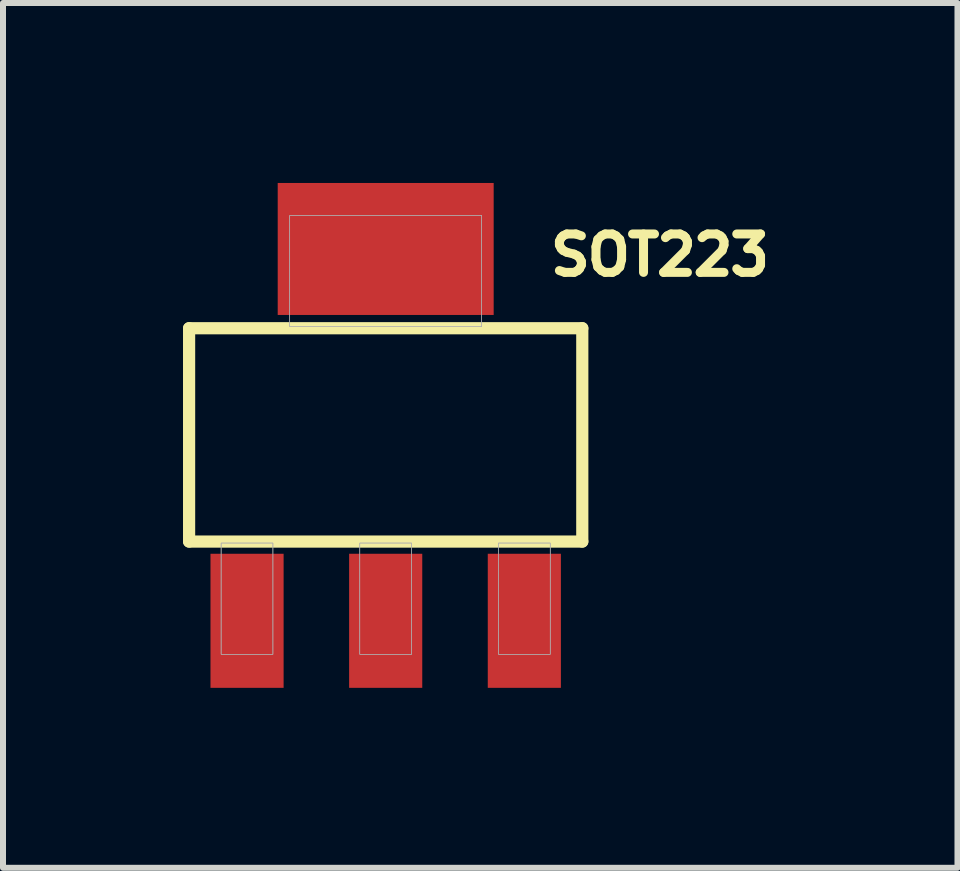
<source format=kicad_pcb>
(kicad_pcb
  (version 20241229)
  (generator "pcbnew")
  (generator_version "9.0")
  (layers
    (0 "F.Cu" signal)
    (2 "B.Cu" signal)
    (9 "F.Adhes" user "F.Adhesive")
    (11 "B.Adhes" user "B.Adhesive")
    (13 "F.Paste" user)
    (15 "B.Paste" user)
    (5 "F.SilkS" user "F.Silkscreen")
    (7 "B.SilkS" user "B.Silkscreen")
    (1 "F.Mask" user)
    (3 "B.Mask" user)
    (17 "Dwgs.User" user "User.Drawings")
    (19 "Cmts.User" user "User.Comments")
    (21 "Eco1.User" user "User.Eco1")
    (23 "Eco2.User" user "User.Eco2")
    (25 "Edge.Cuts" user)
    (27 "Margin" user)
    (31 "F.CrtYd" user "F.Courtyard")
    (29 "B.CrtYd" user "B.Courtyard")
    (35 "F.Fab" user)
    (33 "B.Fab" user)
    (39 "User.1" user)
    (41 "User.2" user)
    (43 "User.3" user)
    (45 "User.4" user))
  (footprint "SOT223"
    (layer "F.Cu")
    (at 3.379 4.199)
    (property "Reference" "SOT223" (at 4.572 -2.997 0) (layer "F.SilkS") (effects (font (size 0.64 0.64) (thickness 0.15))))
    (attr smd)
    (fp_line (start -3.277 -1.778) (end 3.277 -1.778) (stroke (width 0.203) (type solid)) (layer "F.SilkS"))
    (fp_line (start -3.277 1.778) (end -3.277 -1.778) (stroke (width 0.203) (type solid)) (layer "F.SilkS"))
    (fp_line (start 3.277 -1.778) (end 3.277 1.778) (stroke (width 0.203) (type solid)) (layer "F.SilkS"))
    (fp_line (start 3.277 1.778) (end -3.277 1.778) (stroke (width 0.203) (type solid)) (layer "F.SilkS"))
    (fp_poly (pts (xy -2.743 1.803) (xy -1.88 1.803) (xy -1.88 3.658) (xy -2.743 3.658)) (stroke (width 0.01) (type solid)) (fill no) (layer "F.Fab"))
    (fp_poly (pts (xy -2.743 1.803) (xy -1.88 1.803) (xy -1.88 3.658) (xy -2.743 3.658)) (stroke (width 0.01) (type solid)) (fill no) (layer "F.Fab"))
    (fp_poly (pts (xy -1.6 -3.658) (xy 1.6 -3.658) (xy 1.6 -1.803) (xy -1.6 -1.803)) (stroke (width 0.01) (type solid)) (fill no) (layer "F.Fab"))
    (fp_poly (pts (xy -1.6 -3.658) (xy 1.6 -3.658) (xy 1.6 -1.803) (xy -1.6 -1.803)) (stroke (width 0.01) (type solid)) (fill no) (layer "F.Fab"))
    (fp_poly (pts (xy -0.432 1.803) (xy 0.432 1.803) (xy 0.432 3.658) (xy -0.432 3.658)) (stroke (width 0.01) (type solid)) (fill no) (layer "F.Fab"))
    (fp_poly (pts (xy -0.432 1.803) (xy 0.432 1.803) (xy 0.432 3.658) (xy -0.432 3.658)) (stroke (width 0.01) (type solid)) (fill no) (layer "F.Fab"))
    (fp_poly (pts (xy 1.88 1.803) (xy 2.743 1.803) (xy 2.743 3.658) (xy 1.88 3.658)) (stroke (width 0.01) (type solid)) (fill no) (layer "F.Fab"))
    (fp_poly (pts (xy 1.88 1.803) (xy 2.743 1.803) (xy 2.743 3.658) (xy 1.88 3.658)) (stroke (width 0.01) (type solid)) (fill no) (layer "F.Fab"))
    (pad "1" smd rect (at -2.311 3.099) (size 1.219 2.235) (layers "F.Cu" "F.Mask" "F.Paste"))
    (pad "2" smd rect (at 0 3.099) (size 1.219 2.235) (layers "F.Cu" "F.Mask" "F.Paste"))
    (pad "3" smd rect (at 2.311 3.099) (size 1.219 2.235) (layers "F.Cu" "F.Mask" "F.Paste"))
    (pad "4" smd rect (at 0 -3.099) (size 3.6 2.2) (layers "F.Cu" "F.Mask" "F.Paste")))
  (gr_rect
    (start -3 -3)
    (end 12.91 11.415)
    (stroke (width 0.1) (type default))
    (fill no)
    (layer "Edge.Cuts")))
</source>
